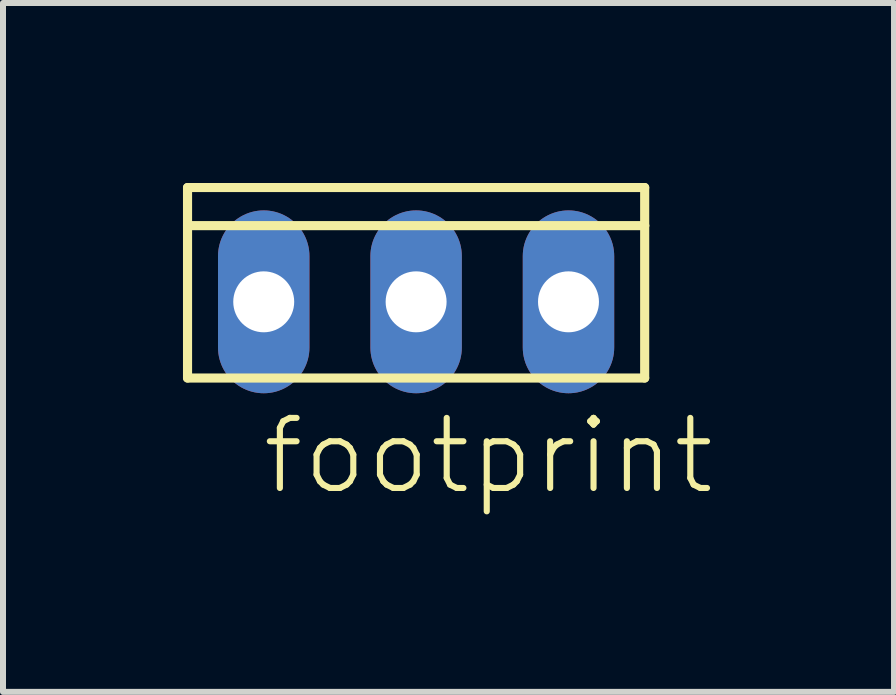
<source format=kicad_pcb>
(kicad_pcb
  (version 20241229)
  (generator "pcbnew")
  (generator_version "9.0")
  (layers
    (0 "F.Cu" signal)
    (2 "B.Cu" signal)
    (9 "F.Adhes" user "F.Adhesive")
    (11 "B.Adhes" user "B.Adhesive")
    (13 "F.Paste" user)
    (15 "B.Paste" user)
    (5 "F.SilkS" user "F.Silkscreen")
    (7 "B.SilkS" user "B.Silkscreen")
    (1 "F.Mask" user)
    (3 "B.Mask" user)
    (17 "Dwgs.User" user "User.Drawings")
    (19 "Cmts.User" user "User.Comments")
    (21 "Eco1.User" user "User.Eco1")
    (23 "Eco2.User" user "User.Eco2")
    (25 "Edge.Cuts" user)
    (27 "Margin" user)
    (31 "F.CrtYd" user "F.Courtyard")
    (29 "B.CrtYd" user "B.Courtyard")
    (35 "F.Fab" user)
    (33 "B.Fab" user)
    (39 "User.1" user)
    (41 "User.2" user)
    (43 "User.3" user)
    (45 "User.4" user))
  (footprint "footprint"
    (layer "F.Cu")
    (at 3.886 1.981)
    (property "Reference" "footprint" (at -2.616 3.251 0) (layer "F.SilkS") (effects (font (size 1.168 1.168) (thickness 0.102)) (justify left bottom)))
    (fp_line (start -3.81 -1.27) (end -3.81 -1.905) (stroke (width 0.152) (type solid)) (layer "F.SilkS"))
    (fp_line (start -3.81 1.27) (end -3.81 -1.27) (stroke (width 0.152) (type solid)) (layer "F.SilkS"))
    (fp_line (start -3.81 1.27) (end 3.81 1.27) (stroke (width 0.152) (type solid)) (layer "F.SilkS"))
    (fp_line (start 3.81 -1.905) (end -3.81 -1.905) (stroke (width 0.152) (type solid)) (layer "F.SilkS"))
    (fp_line (start 3.81 -1.905) (end 3.81 -1.27) (stroke (width 0.152) (type solid)) (layer "F.SilkS"))
    (fp_line (start 3.81 -1.27) (end -3.81 -1.27) (stroke (width 0.152) (type solid)) (layer "F.SilkS"))
    (fp_line (start 3.81 -1.27) (end 3.81 1.27) (stroke (width 0.152) (type solid)) (layer "F.SilkS"))
    (fp_poly (pts (xy -2.794 0.254) (xy -2.286 0.254) (xy -2.286 -0.254) (xy -2.794 -0.254)) (stroke (width 0) (type solid)) (fill yes) (layer "F.SilkS"))
    (fp_poly (pts (xy -0.254 0.254) (xy 0.254 0.254) (xy 0.254 -0.254) (xy -0.254 -0.254)) (stroke (width 0) (type solid)) (fill yes) (layer "F.SilkS"))
    (fp_poly (pts (xy 2.286 0.254) (xy 2.794 0.254) (xy 2.794 -0.254) (xy 2.286 -0.254)) (stroke (width 0) (type solid)) (fill yes) (layer "F.SilkS"))
    (pad "1" thru_hole oval (at 2.54 0 90) (size 3.048 1.524) (drill 1.016) (layers "*.Cu" "*.Mask"))
    (pad "2" thru_hole oval (at 0 0 90) (size 3.048 1.524) (drill 1.016) (layers "*.Cu" "*.Mask"))
    (pad "3" thru_hole oval (at -2.54 0 90) (size 3.048 1.524) (drill 1.016) (layers "*.Cu" "*.Mask")))
  (gr_rect
    (start -3 -3)
    (end 11.852 8.483)
    (stroke (width 0.1) (type default))
    (fill no)
    (layer "Edge.Cuts")))
</source>
